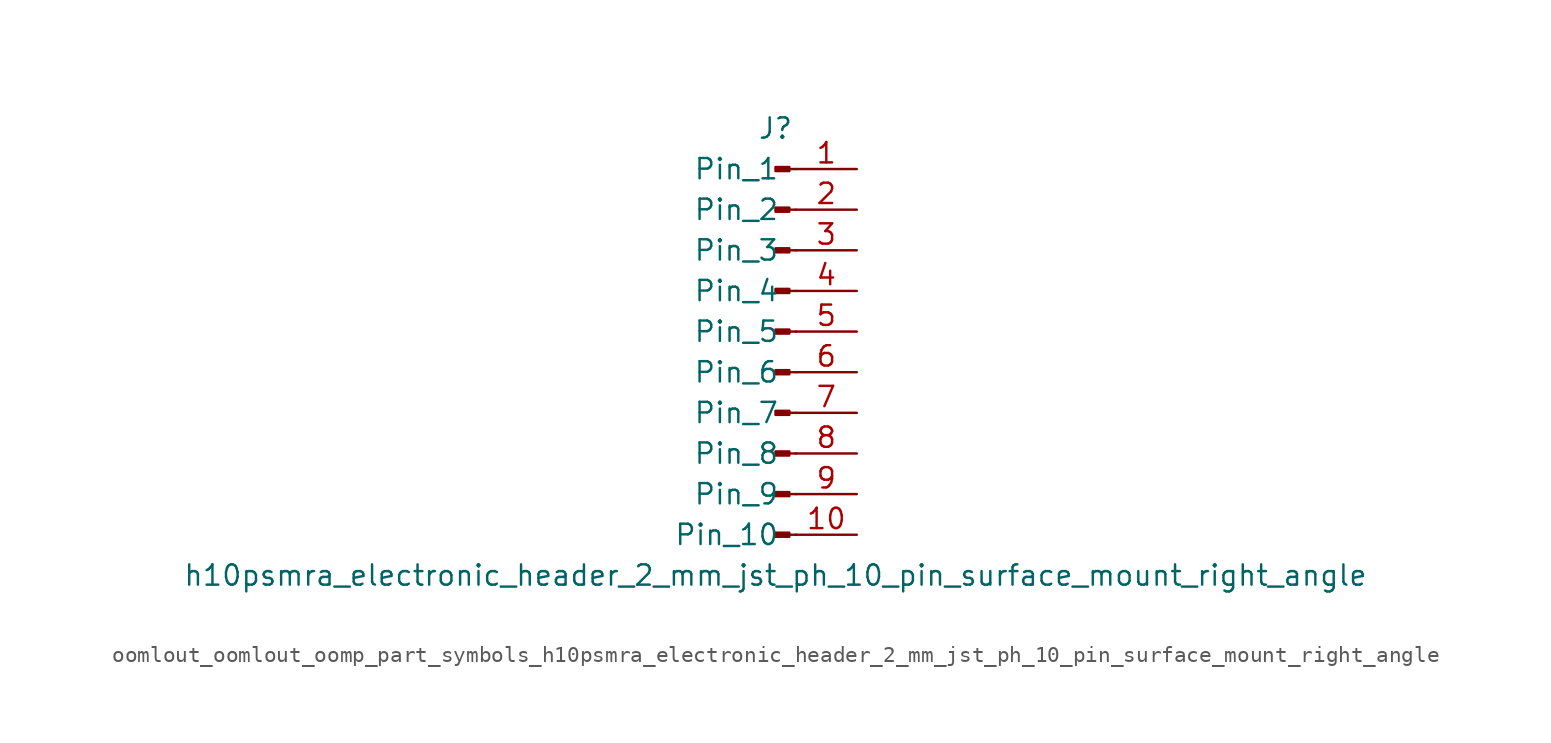
<source format=kicad_sym>
(kicad_symbol_lib
  (version 20220914)
  (generator kicad_symbol_editor)
  (symbol "oomlout_oomlout_oomp_part_symbols_h10psmra_electronic_header_2_mm_jst_ph_10_pin_surface_mount_right_angle"
    (pin_names
      (offset 1.016))
    (property "Reference" "J"
      (at 0 12.7 0)
      (effects (font (size 1.27 1.27))))
    (property "Value" "h10psmra_electronic_header_2_mm_jst_ph_10_pin_surface_mount_right_angle"
      (at 0 -15.24 0)
      (effects (font (size 1.27 1.27))))
    (property "ki_locked" ""
      (at 0 0 0)
      (effects (font (size 1.27 1.27))))
    (symbol "oomlout_oomlout_oomp_part_symbols_h10psmra_electronic_header_2_mm_jst_ph_10_pin_surface_mount_right_angle_1_1"
      (polyline (pts (xy 1.27 -12.7) (xy 0.864 -12.7)) (stroke (width 0.152) (type default)) (fill (type none)))
      (polyline (pts (xy 1.27 -10.16) (xy 0.864 -10.16)) (stroke (width 0.152) (type default)) (fill (type none)))
      (polyline (pts (xy 1.27 -7.62) (xy 0.864 -7.62)) (stroke (width 0.152) (type default)) (fill (type none)))
      (polyline (pts (xy 1.27 -5.08) (xy 0.864 -5.08)) (stroke (width 0.152) (type default)) (fill (type none)))
      (polyline (pts (xy 1.27 -2.54) (xy 0.864 -2.54)) (stroke (width 0.152) (type default)) (fill (type none)))
      (polyline (pts (xy 1.27 0) (xy 0.864 0)) (stroke (width 0.152) (type default)) (fill (type none)))
      (polyline (pts (xy 1.27 2.54) (xy 0.864 2.54)) (stroke (width 0.152) (type default)) (fill (type none)))
      (polyline (pts (xy 1.27 5.08) (xy 0.864 5.08)) (stroke (width 0.152) (type default)) (fill (type none)))
      (polyline (pts (xy 1.27 7.62) (xy 0.864 7.62)) (stroke (width 0.152) (type default)) (fill (type none)))
      (polyline (pts (xy 1.27 10.16) (xy 0.864 10.16)) (stroke (width 0.152) (type default)) (fill (type none)))
      (rectangle (start 0.864 -12.573) (end 0 -12.827) (stroke (width 0.152) (type default)) (fill (type outline)))
      (rectangle (start 0.864 -10.033) (end 0 -10.287) (stroke (width 0.152) (type default)) (fill (type outline)))
      (rectangle (start 0.864 -7.493) (end 0 -7.747) (stroke (width 0.152) (type default)) (fill (type outline)))
      (rectangle (start 0.864 -4.953) (end 0 -5.207) (stroke (width 0.152) (type default)) (fill (type outline)))
      (rectangle (start 0.864 -2.413) (end 0 -2.667) (stroke (width 0.152) (type default)) (fill (type outline)))
      (rectangle (start 0.864 0.127) (end 0 -0.127) (stroke (width 0.152) (type default)) (fill (type outline)))
      (rectangle (start 0.864 2.667) (end 0 2.413) (stroke (width 0.152) (type default)) (fill (type outline)))
      (rectangle (start 0.864 5.207) (end 0 4.953) (stroke (width 0.152) (type default)) (fill (type outline)))
      (rectangle (start 0.864 7.747) (end 0 7.493) (stroke (width 0.152) (type default)) (fill (type outline)))
      (rectangle (start 0.864 10.287) (end 0 10.033) (stroke (width 0.152) (type default)) (fill (type outline)))
      (pin passive line (at 5.08 10.16 180) (length 3.81) (name "Pin_1" (effects (font (size 1.27 1.27)))) (number "1" (effects (font (size 1.27 1.27)))))
      (pin passive line (at 5.08 -12.7 180) (length 3.81) (name "Pin_10" (effects (font (size 1.27 1.27)))) (number "10" (effects (font (size 1.27 1.27)))))
      (pin passive line (at 5.08 7.62 180) (length 3.81) (name "Pin_2" (effects (font (size 1.27 1.27)))) (number "2" (effects (font (size 1.27 1.27)))))
      (pin passive line (at 5.08 5.08 180) (length 3.81) (name "Pin_3" (effects (font (size 1.27 1.27)))) (number "3" (effects (font (size 1.27 1.27)))))
      (pin passive line (at 5.08 2.54 180) (length 3.81) (name "Pin_4" (effects (font (size 1.27 1.27)))) (number "4" (effects (font (size 1.27 1.27)))))
      (pin passive line (at 5.08 0 180) (length 3.81) (name "Pin_5" (effects (font (size 1.27 1.27)))) (number "5" (effects (font (size 1.27 1.27)))))
      (pin passive line (at 5.08 -2.54 180) (length 3.81) (name "Pin_6" (effects (font (size 1.27 1.27)))) (number "6" (effects (font (size 1.27 1.27)))))
      (pin passive line (at 5.08 -5.08 180) (length 3.81) (name "Pin_7" (effects (font (size 1.27 1.27)))) (number "7" (effects (font (size 1.27 1.27)))))
      (pin passive line (at 5.08 -7.62 180) (length 3.81) (name "Pin_8" (effects (font (size 1.27 1.27)))) (number "8" (effects (font (size 1.27 1.27)))))
      (pin passive line (at 5.08 -10.16 180) (length 3.81) (name "Pin_9" (effects (font (size 1.27 1.27)))) (number "9" (effects (font (size 1.27 1.27))))))))
</source>
